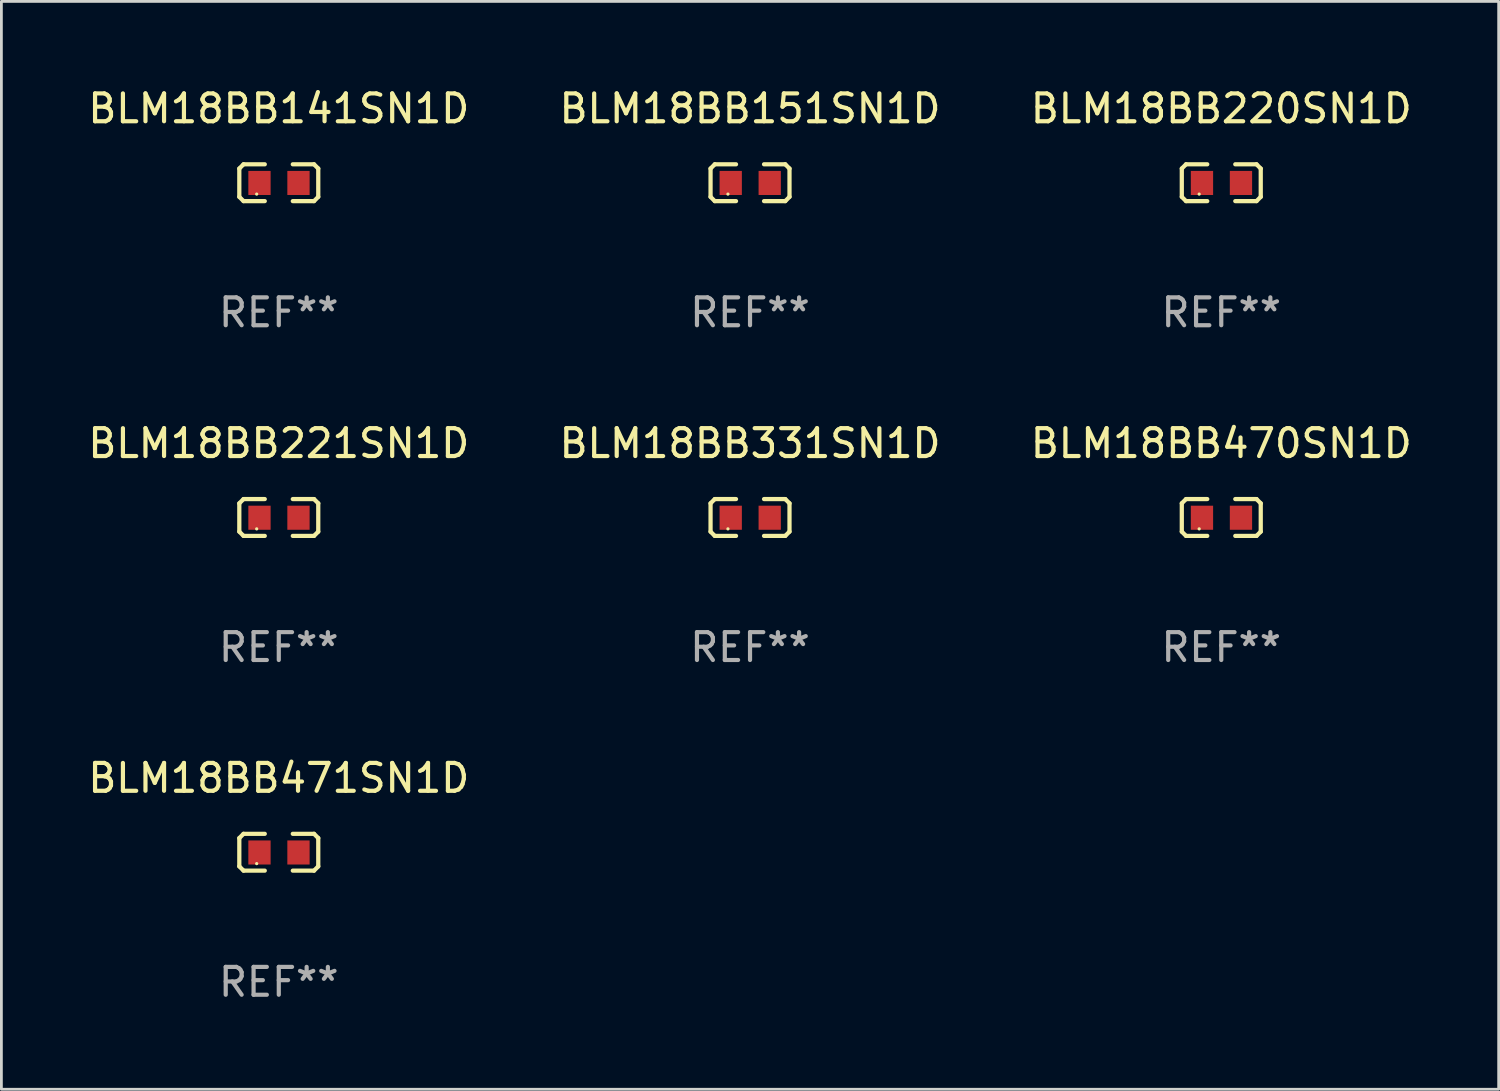
<source format=kicad_pcb>
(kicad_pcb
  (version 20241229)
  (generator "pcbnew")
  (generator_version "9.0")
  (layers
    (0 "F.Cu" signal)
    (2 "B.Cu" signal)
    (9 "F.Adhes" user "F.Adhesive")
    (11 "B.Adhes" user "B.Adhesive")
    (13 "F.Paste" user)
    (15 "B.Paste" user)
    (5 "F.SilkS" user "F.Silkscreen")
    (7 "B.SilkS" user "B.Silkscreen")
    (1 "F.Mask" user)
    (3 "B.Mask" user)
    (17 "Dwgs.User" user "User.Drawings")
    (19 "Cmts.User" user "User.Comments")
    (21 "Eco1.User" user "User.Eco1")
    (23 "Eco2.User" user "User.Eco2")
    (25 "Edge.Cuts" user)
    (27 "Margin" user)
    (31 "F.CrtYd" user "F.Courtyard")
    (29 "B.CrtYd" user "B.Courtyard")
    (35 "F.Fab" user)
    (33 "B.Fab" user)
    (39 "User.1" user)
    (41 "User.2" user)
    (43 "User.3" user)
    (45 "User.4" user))
  (footprint "BLM18BB141SN1D"
    (layer "F.Cu")
    (at 6.958 3.509)
    (property "Reference" "BLM18BB141SN1D" (at 0 -2.661 0) (layer "F.SilkS") (effects (font (size 1 1) (thickness 0.15))))
    (attr through_hole)
    (fp_line (start -1.417 -0.508) (end -1.265 -0.661) (stroke (width 0.152) (type solid)) (layer "F.SilkS"))
    (fp_line (start -1.417 0.508) (end -1.417 -0.508) (stroke (width 0.152) (type solid)) (layer "F.SilkS"))
    (fp_line (start -1.265 -0.661) (end -0.503 -0.661) (stroke (width 0.152) (type solid)) (layer "F.SilkS"))
    (fp_line (start -1.265 0.661) (end -1.417 0.508) (stroke (width 0.152) (type solid)) (layer "F.SilkS"))
    (fp_line (start -1.265 0.661) (end -0.503 0.661) (stroke (width 0.152) (type solid)) (layer "F.SilkS"))
    (fp_line (start 1.265 -0.661) (end 0.503 -0.661) (stroke (width 0.152) (type solid)) (layer "F.SilkS"))
    (fp_line (start 1.265 -0.661) (end 1.417 -0.508) (stroke (width 0.152) (type solid)) (layer "F.SilkS"))
    (fp_line (start 1.265 0.661) (end 0.503 0.661) (stroke (width 0.152) (type solid)) (layer "F.SilkS"))
    (fp_line (start 1.417 -0.508) (end 1.417 0.508) (stroke (width 0.152) (type solid)) (layer "F.SilkS"))
    (fp_line (start 1.417 0.508) (end 1.265 0.661) (stroke (width 0.152) (type solid)) (layer "F.SilkS"))
    (fp_circle (center -0.793 0.409) (end -0.763 0.409) (stroke (width 0.06) (type solid)) (fill no) (layer "F.SilkS"))
    (fp_text user "REF**" (at 0 4.661 0) (layer "F.Fab") (effects (font (size 1 1) (thickness 0.15))))
    (pad "1" smd rect (at -0.693 0.009 180) (size 0.8 0.864) (layers "F.Cu" "F.Mask" "F.Paste"))
    (pad "2" smd rect (at 0.707 0.009 180) (size 0.8 0.864) (layers "F.Cu" "F.Mask" "F.Paste")))
  (footprint "BLM18BB220SN1D"
    (layer "F.Cu")
    (at 40.792 3.509)
    (property "Reference" "BLM18BB220SN1D" (at 0 -2.661 0) (layer "F.SilkS") (effects (font (size 1 1) (thickness 0.15))))
    (attr through_hole)
    (fp_line (start -1.417 -0.508) (end -1.265 -0.661) (stroke (width 0.152) (type solid)) (layer "F.SilkS"))
    (fp_line (start -1.417 0.508) (end -1.417 -0.508) (stroke (width 0.152) (type solid)) (layer "F.SilkS"))
    (fp_line (start -1.265 -0.661) (end -0.503 -0.661) (stroke (width 0.152) (type solid)) (layer "F.SilkS"))
    (fp_line (start -1.265 0.661) (end -1.417 0.508) (stroke (width 0.152) (type solid)) (layer "F.SilkS"))
    (fp_line (start -1.265 0.661) (end -0.503 0.661) (stroke (width 0.152) (type solid)) (layer "F.SilkS"))
    (fp_line (start 1.265 -0.661) (end 0.503 -0.661) (stroke (width 0.152) (type solid)) (layer "F.SilkS"))
    (fp_line (start 1.265 -0.661) (end 1.417 -0.508) (stroke (width 0.152) (type solid)) (layer "F.SilkS"))
    (fp_line (start 1.265 0.661) (end 0.503 0.661) (stroke (width 0.152) (type solid)) (layer "F.SilkS"))
    (fp_line (start 1.417 -0.508) (end 1.417 0.508) (stroke (width 0.152) (type solid)) (layer "F.SilkS"))
    (fp_line (start 1.417 0.508) (end 1.265 0.661) (stroke (width 0.152) (type solid)) (layer "F.SilkS"))
    (fp_circle (center -0.793 0.409) (end -0.763 0.409) (stroke (width 0.06) (type solid)) (fill no) (layer "F.SilkS"))
    (fp_text user "REF**" (at 0 4.661 0) (layer "F.Fab") (effects (font (size 1 1) (thickness 0.15))))
    (pad "1" smd rect (at -0.693 0.009 180) (size 0.8 0.864) (layers "F.Cu" "F.Mask" "F.Paste"))
    (pad "2" smd rect (at 0.707 0.009 180) (size 0.8 0.864) (layers "F.Cu" "F.Mask" "F.Paste")))
  (footprint "BLM18BB221SN1D"
    (layer "F.Cu")
    (at 6.958 15.527)
    (property "Reference" "BLM18BB221SN1D" (at 0 -2.661 0) (layer "F.SilkS") (effects (font (size 1 1) (thickness 0.15))))
    (attr through_hole)
    (fp_line (start -1.417 -0.508) (end -1.265 -0.661) (stroke (width 0.152) (type solid)) (layer "F.SilkS"))
    (fp_line (start -1.417 0.508) (end -1.417 -0.508) (stroke (width 0.152) (type solid)) (layer "F.SilkS"))
    (fp_line (start -1.265 -0.661) (end -0.503 -0.661) (stroke (width 0.152) (type solid)) (layer "F.SilkS"))
    (fp_line (start -1.265 0.661) (end -1.417 0.508) (stroke (width 0.152) (type solid)) (layer "F.SilkS"))
    (fp_line (start -1.265 0.661) (end -0.503 0.661) (stroke (width 0.152) (type solid)) (layer "F.SilkS"))
    (fp_line (start 1.265 -0.661) (end 0.503 -0.661) (stroke (width 0.152) (type solid)) (layer "F.SilkS"))
    (fp_line (start 1.265 -0.661) (end 1.417 -0.508) (stroke (width 0.152) (type solid)) (layer "F.SilkS"))
    (fp_line (start 1.265 0.661) (end 0.503 0.661) (stroke (width 0.152) (type solid)) (layer "F.SilkS"))
    (fp_line (start 1.417 -0.508) (end 1.417 0.508) (stroke (width 0.152) (type solid)) (layer "F.SilkS"))
    (fp_line (start 1.417 0.508) (end 1.265 0.661) (stroke (width 0.152) (type solid)) (layer "F.SilkS"))
    (fp_circle (center -0.793 0.409) (end -0.763 0.409) (stroke (width 0.06) (type solid)) (fill no) (layer "F.SilkS"))
    (fp_text user "REF**" (at 0 4.661 0) (layer "F.Fab") (effects (font (size 1 1) (thickness 0.15))))
    (pad "1" smd rect (at -0.693 0.009 180) (size 0.8 0.864) (layers "F.Cu" "F.Mask" "F.Paste"))
    (pad "2" smd rect (at 0.707 0.009 180) (size 0.8 0.864) (layers "F.Cu" "F.Mask" "F.Paste")))
  (footprint "BLM18BB471SN1D"
    (layer "F.Cu")
    (at 6.958 27.544)
    (property "Reference" "BLM18BB471SN1D" (at 0 -2.661 0) (layer "F.SilkS") (effects (font (size 1 1) (thickness 0.15))))
    (attr through_hole)
    (fp_line (start -1.417 -0.508) (end -1.265 -0.661) (stroke (width 0.152) (type solid)) (layer "F.SilkS"))
    (fp_line (start -1.417 0.508) (end -1.417 -0.508) (stroke (width 0.152) (type solid)) (layer "F.SilkS"))
    (fp_line (start -1.265 -0.661) (end -0.503 -0.661) (stroke (width 0.152) (type solid)) (layer "F.SilkS"))
    (fp_line (start -1.265 0.661) (end -1.417 0.508) (stroke (width 0.152) (type solid)) (layer "F.SilkS"))
    (fp_line (start -1.265 0.661) (end -0.503 0.661) (stroke (width 0.152) (type solid)) (layer "F.SilkS"))
    (fp_line (start 1.265 -0.661) (end 0.503 -0.661) (stroke (width 0.152) (type solid)) (layer "F.SilkS"))
    (fp_line (start 1.265 -0.661) (end 1.417 -0.508) (stroke (width 0.152) (type solid)) (layer "F.SilkS"))
    (fp_line (start 1.265 0.661) (end 0.503 0.661) (stroke (width 0.152) (type solid)) (layer "F.SilkS"))
    (fp_line (start 1.417 -0.508) (end 1.417 0.508) (stroke (width 0.152) (type solid)) (layer "F.SilkS"))
    (fp_line (start 1.417 0.508) (end 1.265 0.661) (stroke (width 0.152) (type solid)) (layer "F.SilkS"))
    (fp_circle (center -0.793 0.409) (end -0.763 0.409) (stroke (width 0.06) (type solid)) (fill no) (layer "F.SilkS"))
    (fp_text user "REF**" (at 0 4.661 0) (layer "F.Fab") (effects (font (size 1 1) (thickness 0.15))))
    (pad "1" smd rect (at -0.693 0.009 180) (size 0.8 0.864) (layers "F.Cu" "F.Mask" "F.Paste"))
    (pad "2" smd rect (at 0.707 0.009 180) (size 0.8 0.864) (layers "F.Cu" "F.Mask" "F.Paste")))
  (footprint "BLM18BB470SN1D"
    (layer "F.Cu")
    (at 40.792 15.527)
    (property "Reference" "BLM18BB470SN1D" (at 0 -2.661 0) (layer "F.SilkS") (effects (font (size 1 1) (thickness 0.15))))
    (attr through_hole)
    (fp_line (start -1.417 -0.508) (end -1.265 -0.661) (stroke (width 0.152) (type solid)) (layer "F.SilkS"))
    (fp_line (start -1.417 0.508) (end -1.417 -0.508) (stroke (width 0.152) (type solid)) (layer "F.SilkS"))
    (fp_line (start -1.265 -0.661) (end -0.503 -0.661) (stroke (width 0.152) (type solid)) (layer "F.SilkS"))
    (fp_line (start -1.265 0.661) (end -1.417 0.508) (stroke (width 0.152) (type solid)) (layer "F.SilkS"))
    (fp_line (start -1.265 0.661) (end -0.503 0.661) (stroke (width 0.152) (type solid)) (layer "F.SilkS"))
    (fp_line (start 1.265 -0.661) (end 0.503 -0.661) (stroke (width 0.152) (type solid)) (layer "F.SilkS"))
    (fp_line (start 1.265 -0.661) (end 1.417 -0.508) (stroke (width 0.152) (type solid)) (layer "F.SilkS"))
    (fp_line (start 1.265 0.661) (end 0.503 0.661) (stroke (width 0.152) (type solid)) (layer "F.SilkS"))
    (fp_line (start 1.417 -0.508) (end 1.417 0.508) (stroke (width 0.152) (type solid)) (layer "F.SilkS"))
    (fp_line (start 1.417 0.508) (end 1.265 0.661) (stroke (width 0.152) (type solid)) (layer "F.SilkS"))
    (fp_circle (center -0.793 0.409) (end -0.763 0.409) (stroke (width 0.06) (type solid)) (fill no) (layer "F.SilkS"))
    (fp_text user "REF**" (at 0 4.661 0) (layer "F.Fab") (effects (font (size 1 1) (thickness 0.15))))
    (pad "1" smd rect (at -0.693 0.009 180) (size 0.8 0.864) (layers "F.Cu" "F.Mask" "F.Paste"))
    (pad "2" smd rect (at 0.707 0.009 180) (size 0.8 0.864) (layers "F.Cu" "F.Mask" "F.Paste")))
  (footprint "BLM18BB151SN1D"
    (layer "F.Cu")
    (at 23.875 3.509)
    (property "Reference" "BLM18BB151SN1D" (at 0 -2.661 0) (layer "F.SilkS") (effects (font (size 1 1) (thickness 0.15))))
    (attr through_hole)
    (fp_line (start -1.417 -0.508) (end -1.265 -0.661) (stroke (width 0.152) (type solid)) (layer "F.SilkS"))
    (fp_line (start -1.417 0.508) (end -1.417 -0.508) (stroke (width 0.152) (type solid)) (layer "F.SilkS"))
    (fp_line (start -1.265 -0.661) (end -0.503 -0.661) (stroke (width 0.152) (type solid)) (layer "F.SilkS"))
    (fp_line (start -1.265 0.661) (end -1.417 0.508) (stroke (width 0.152) (type solid)) (layer "F.SilkS"))
    (fp_line (start -1.265 0.661) (end -0.503 0.661) (stroke (width 0.152) (type solid)) (layer "F.SilkS"))
    (fp_line (start 1.265 -0.661) (end 0.503 -0.661) (stroke (width 0.152) (type solid)) (layer "F.SilkS"))
    (fp_line (start 1.265 -0.661) (end 1.417 -0.508) (stroke (width 0.152) (type solid)) (layer "F.SilkS"))
    (fp_line (start 1.265 0.661) (end 0.503 0.661) (stroke (width 0.152) (type solid)) (layer "F.SilkS"))
    (fp_line (start 1.417 -0.508) (end 1.417 0.508) (stroke (width 0.152) (type solid)) (layer "F.SilkS"))
    (fp_line (start 1.417 0.508) (end 1.265 0.661) (stroke (width 0.152) (type solid)) (layer "F.SilkS"))
    (fp_circle (center -0.793 0.409) (end -0.763 0.409) (stroke (width 0.06) (type solid)) (fill no) (layer "F.SilkS"))
    (fp_text user "REF**" (at 0 4.661 0) (layer "F.Fab") (effects (font (size 1 1) (thickness 0.15))))
    (pad "1" smd rect (at -0.693 0.009 180) (size 0.8 0.864) (layers "F.Cu" "F.Mask" "F.Paste"))
    (pad "2" smd rect (at 0.707 0.009 180) (size 0.8 0.864) (layers "F.Cu" "F.Mask" "F.Paste")))
  (footprint "BLM18BB331SN1D"
    (layer "F.Cu")
    (at 23.875 15.527)
    (property "Reference" "BLM18BB331SN1D" (at 0 -2.661 0) (layer "F.SilkS") (effects (font (size 1 1) (thickness 0.15))))
    (attr through_hole)
    (fp_line (start -1.417 -0.508) (end -1.265 -0.661) (stroke (width 0.152) (type solid)) (layer "F.SilkS"))
    (fp_line (start -1.417 0.508) (end -1.417 -0.508) (stroke (width 0.152) (type solid)) (layer "F.SilkS"))
    (fp_line (start -1.265 -0.661) (end -0.503 -0.661) (stroke (width 0.152) (type solid)) (layer "F.SilkS"))
    (fp_line (start -1.265 0.661) (end -1.417 0.508) (stroke (width 0.152) (type solid)) (layer "F.SilkS"))
    (fp_line (start -1.265 0.661) (end -0.503 0.661) (stroke (width 0.152) (type solid)) (layer "F.SilkS"))
    (fp_line (start 1.265 -0.661) (end 0.503 -0.661) (stroke (width 0.152) (type solid)) (layer "F.SilkS"))
    (fp_line (start 1.265 -0.661) (end 1.417 -0.508) (stroke (width 0.152) (type solid)) (layer "F.SilkS"))
    (fp_line (start 1.265 0.661) (end 0.503 0.661) (stroke (width 0.152) (type solid)) (layer "F.SilkS"))
    (fp_line (start 1.417 -0.508) (end 1.417 0.508) (stroke (width 0.152) (type solid)) (layer "F.SilkS"))
    (fp_line (start 1.417 0.508) (end 1.265 0.661) (stroke (width 0.152) (type solid)) (layer "F.SilkS"))
    (fp_circle (center -0.793 0.409) (end -0.763 0.409) (stroke (width 0.06) (type solid)) (fill no) (layer "F.SilkS"))
    (fp_text user "REF**" (at 0 4.661 0) (layer "F.Fab") (effects (font (size 1 1) (thickness 0.15))))
    (pad "1" smd rect (at -0.693 0.009 180) (size 0.8 0.864) (layers "F.Cu" "F.Mask" "F.Paste"))
    (pad "2" smd rect (at 0.707 0.009 180) (size 0.8 0.864) (layers "F.Cu" "F.Mask" "F.Paste")))
  (gr_rect
    (start -3 -3)
    (end 50.75 36.053)
    (stroke (width 0.1) (type default))
    (fill no)
    (layer "Edge.Cuts")))
</source>
